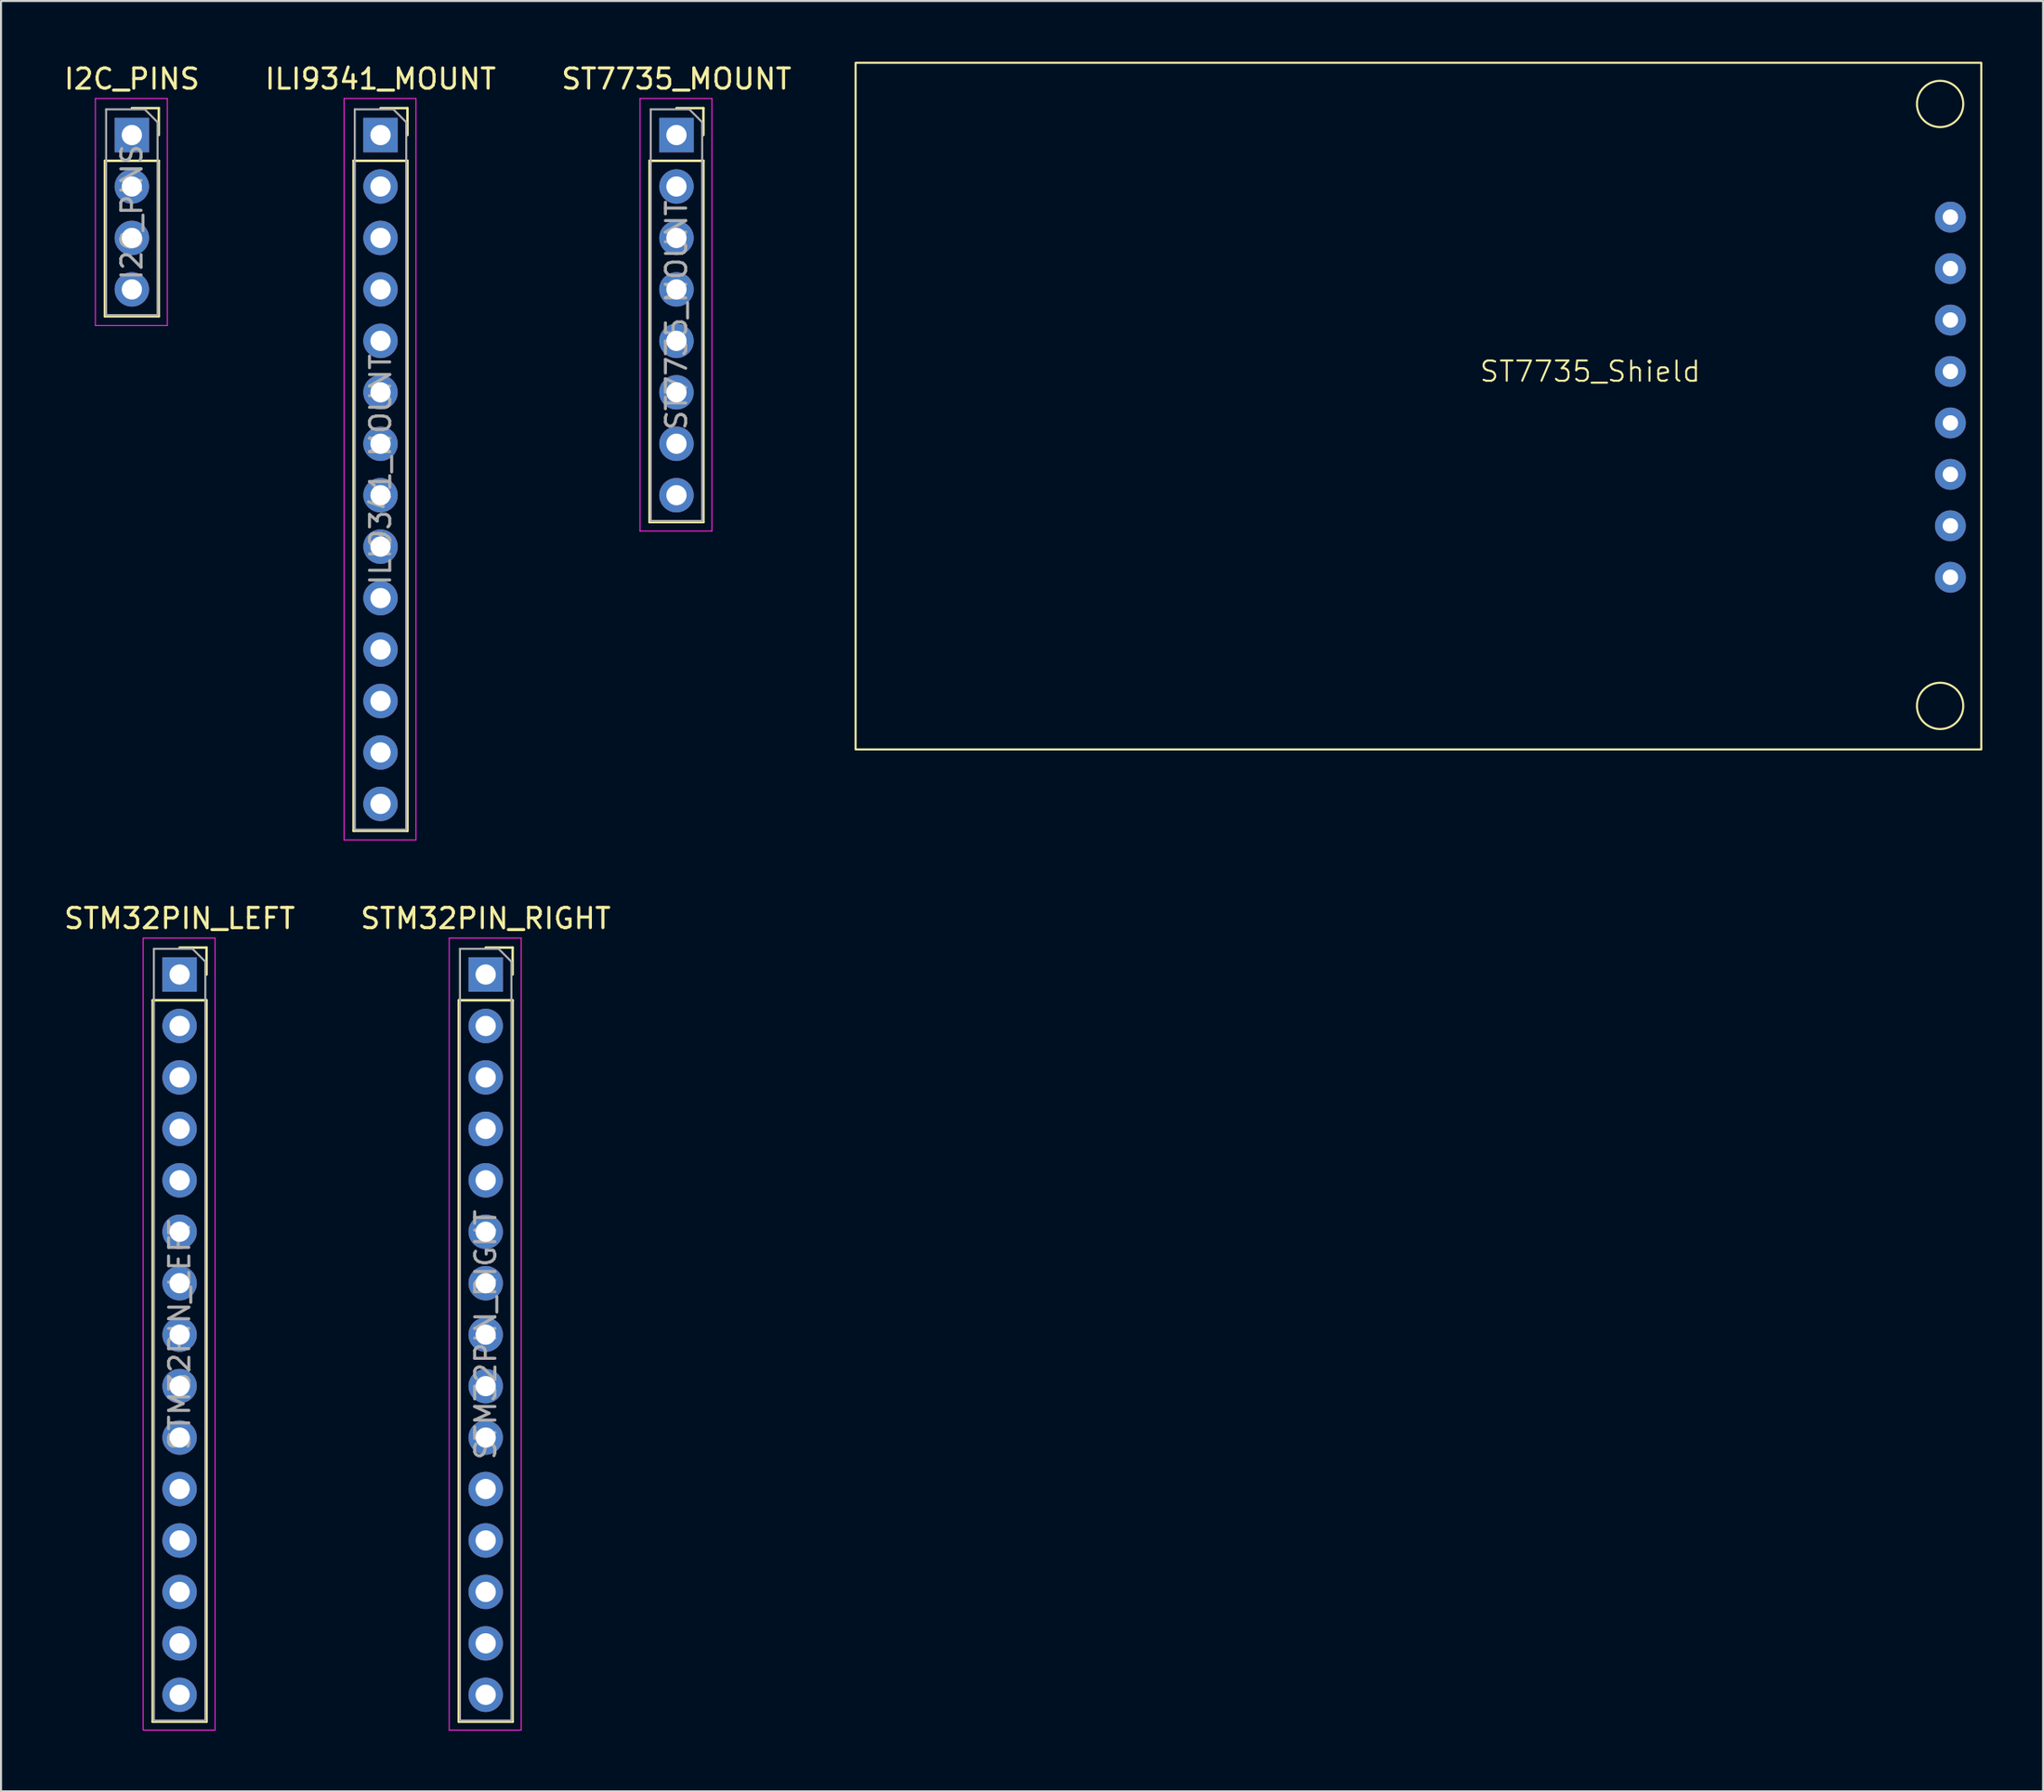
<source format=kicad_pcb>
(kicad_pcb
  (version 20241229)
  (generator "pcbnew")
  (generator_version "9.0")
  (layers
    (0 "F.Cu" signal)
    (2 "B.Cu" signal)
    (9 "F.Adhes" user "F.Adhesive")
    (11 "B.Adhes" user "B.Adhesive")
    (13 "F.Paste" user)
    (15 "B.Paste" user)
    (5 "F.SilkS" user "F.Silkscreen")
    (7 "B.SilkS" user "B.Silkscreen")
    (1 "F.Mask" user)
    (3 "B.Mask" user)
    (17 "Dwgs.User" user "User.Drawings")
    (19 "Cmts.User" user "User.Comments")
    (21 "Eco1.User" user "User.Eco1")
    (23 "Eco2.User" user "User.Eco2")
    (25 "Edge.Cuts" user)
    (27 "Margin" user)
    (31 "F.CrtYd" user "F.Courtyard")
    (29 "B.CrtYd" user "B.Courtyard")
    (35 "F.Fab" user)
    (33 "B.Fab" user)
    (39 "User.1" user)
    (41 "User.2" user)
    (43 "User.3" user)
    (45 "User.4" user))
  (footprint "I2C_PINS"
    (layer "F.Cu")
    (at 3.458 3.618)
    (property "Reference" "I2C_PINS" (at 0 -2.77 0) (layer "F.SilkS") (effects (font (size 1 1) (thickness 0.15))))
    (attr through_hole)
    (fp_line (start -1.33 1.27) (end -1.33 8.95) (stroke (width 0.12) (type solid)) (layer "F.SilkS"))
    (fp_line (start -1.33 1.27) (end 1.33 1.27) (stroke (width 0.12) (type solid)) (layer "F.SilkS"))
    (fp_line (start -1.33 8.95) (end 1.33 8.95) (stroke (width 0.12) (type solid)) (layer "F.SilkS"))
    (fp_line (start 0 -1.33) (end 1.33 -1.33) (stroke (width 0.12) (type solid)) (layer "F.SilkS"))
    (fp_line (start 1.33 -1.33) (end 1.33 0) (stroke (width 0.12) (type solid)) (layer "F.SilkS"))
    (fp_line (start 1.33 1.27) (end 1.33 8.95) (stroke (width 0.12) (type solid)) (layer "F.SilkS"))
    (fp_line (start -1.8 -1.8) (end 1.75 -1.8) (stroke (width 0.05) (type solid)) (layer "F.CrtYd"))
    (fp_line (start -1.8 9.4) (end -1.8 -1.8) (stroke (width 0.05) (type solid)) (layer "F.CrtYd"))
    (fp_line (start 1.75 -1.8) (end 1.75 9.4) (stroke (width 0.05) (type solid)) (layer "F.CrtYd"))
    (fp_line (start 1.75 9.4) (end -1.8 9.4) (stroke (width 0.05) (type solid)) (layer "F.CrtYd"))
    (fp_line (start -1.27 -1.27) (end 0.635 -1.27) (stroke (width 0.1) (type solid)) (layer "F.Fab"))
    (fp_line (start -1.27 8.89) (end -1.27 -1.27) (stroke (width 0.1) (type solid)) (layer "F.Fab"))
    (fp_line (start 0.635 -1.27) (end 1.27 -0.635) (stroke (width 0.1) (type solid)) (layer "F.Fab"))
    (fp_line (start 1.27 -0.635) (end 1.27 8.89) (stroke (width 0.1) (type solid)) (layer "F.Fab"))
    (fp_line (start 1.27 8.89) (end -1.27 8.89) (stroke (width 0.1) (type solid)) (layer "F.Fab"))
    (fp_text user "${REFERENCE}" (at 0 3.81 90) (layer "F.Fab") (effects (font (size 1 1) (thickness 0.15))))
    (pad "GND" thru_hole rect (at 0 0 90) (size 1.7 1.7) (drill 1) (layers "*.Cu" "*.Mask"))
    (pad "SCK" thru_hole oval (at 0 5.08) (size 1.7 1.7) (drill 1) (layers "*.Cu" "*.Mask"))
    (pad "SDA" thru_hole oval (at 0 7.62) (size 1.7 1.7) (drill 1) (layers "*.Cu" "*.Mask"))
    (pad "VCC" thru_hole oval (at 0 2.54) (size 1.7 1.7) (drill 1) (layers "*.Cu" "*.Mask")))
  (footprint "STM32PIN_RIGHT"
    (layer "F.Cu")
    (at 20.923 45.062)
    (property "Reference" "STM32PIN_RIGHT" (at 0 -2.77 0) (layer "F.SilkS") (effects (font (size 1 1) (thickness 0.15))))
    (attr through_hole)
    (fp_line (start -1.33 1.27) (end -1.33 36.89) (stroke (width 0.12) (type solid)) (layer "F.SilkS"))
    (fp_line (start -1.33 1.27) (end 1.33 1.27) (stroke (width 0.12) (type solid)) (layer "F.SilkS"))
    (fp_line (start -1.33 36.89) (end 1.33 36.89) (stroke (width 0.12) (type solid)) (layer "F.SilkS"))
    (fp_line (start 0 -1.33) (end 1.33 -1.33) (stroke (width 0.12) (type solid)) (layer "F.SilkS"))
    (fp_line (start 1.33 -1.33) (end 1.33 0) (stroke (width 0.12) (type solid)) (layer "F.SilkS"))
    (fp_line (start 1.33 1.27) (end 1.33 36.89) (stroke (width 0.12) (type solid)) (layer "F.SilkS"))
    (fp_line (start -1.8 -1.8) (end 1.75 -1.8) (stroke (width 0.05) (type solid)) (layer "F.CrtYd"))
    (fp_line (start -1.8 37.3) (end -1.8 -1.8) (stroke (width 0.05) (type solid)) (layer "F.CrtYd"))
    (fp_line (start 1.75 -1.8) (end 1.75 37.3) (stroke (width 0.05) (type solid)) (layer "F.CrtYd"))
    (fp_line (start 1.75 37.3) (end -1.8 37.3) (stroke (width 0.05) (type solid)) (layer "F.CrtYd"))
    (fp_line (start -1.27 -1.27) (end 0.635 -1.27) (stroke (width 0.1) (type solid)) (layer "F.Fab"))
    (fp_line (start -1.27 36.83) (end -1.27 -1.27) (stroke (width 0.1) (type solid)) (layer "F.Fab"))
    (fp_line (start 0.635 -1.27) (end 1.27 -0.635) (stroke (width 0.1) (type solid)) (layer "F.Fab"))
    (fp_line (start 1.27 -0.635) (end 1.27 36.83) (stroke (width 0.1) (type solid)) (layer "F.Fab"))
    (fp_line (start 1.27 36.83) (end -1.27 36.83) (stroke (width 0.1) (type solid)) (layer "F.Fab"))
    (fp_text user "${REFERENCE}" (at 0 17.78 90) (layer "F.Fab") (effects (font (size 1 1) (thickness 0.15))))
    (pad "3V3" thru_hole oval (at 0 33.02) (size 1.7 1.7) (drill 1) (layers "*.Cu" "*.Mask"))
    (pad "5V" thru_hole oval (at 0 7.62) (size 1.7 1.7) (drill 1) (layers "*.Cu" "*.Mask"))
    (pad "AREF" thru_hole oval (at 0 30.48) (size 1.7 1.7) (drill 1) (layers "*.Cu" "*.Mask"))
    (pad "GND" thru_hole oval (at 0 2.54) (size 1.7 1.7) (drill 1) (layers "*.Cu" "*.Mask"))
    (pad "NRST" thru_hole oval (at 0 5.08) (size 1.7 1.7) (drill 1) (layers "*.Cu" "*.Mask"))
    (pad "PA0" thru_hole oval (at 0 27.94) (size 1.7 1.7) (drill 1) (layers "*.Cu" "*.Mask"))
    (pad "PA1" thru_hole oval (at 0 25.4) (size 1.7 1.7) (drill 1) (layers "*.Cu" "*.Mask"))
    (pad "PA2" thru_hole oval (at 0 10.16) (size 1.7 1.7) (drill 1) (layers "*.Cu" "*.Mask"))
    (pad "PA3" thru_hole oval (at 0 22.86) (size 1.7 1.7) (drill 1) (layers "*.Cu" "*.Mask"))
    (pad "PA4" thru_hole oval (at 0 20.32) (size 1.7 1.7) (drill 1) (layers "*.Cu" "*.Mask"))
    (pad "PA5" thru_hole oval (at 0 17.78) (size 1.7 1.7) (drill 1) (layers "*.Cu" "*.Mask"))
    (pad "PA6" thru_hole oval (at 0 15.24) (size 1.7 1.7) (drill 1) (layers "*.Cu" "*.Mask"))
    (pad "PA7" thru_hole oval (at 0 12.7) (size 1.7 1.7) (drill 1) (layers "*.Cu" "*.Mask"))
    (pad "PB3" thru_hole oval (at 0 35.56 90) (size 1.7 1.7) (drill 1) (layers "*.Cu" "*.Mask"))
    (pad "VIN" thru_hole rect (at 0 0) (size 1.7 1.7) (drill 1) (layers "*.Cu" "*.Mask")))
  (footprint "STM32PIN_LEFT"
    (layer "F.Cu")
    (at 5.815 45.062)
    (property "Reference" "STM32PIN_LEFT" (at 0 -2.77 0) (layer "F.SilkS") (effects (font (size 1 1) (thickness 0.15))))
    (attr through_hole)
    (fp_line (start -1.33 1.27) (end -1.33 36.89) (stroke (width 0.12) (type solid)) (layer "F.SilkS"))
    (fp_line (start -1.33 1.27) (end 1.33 1.27) (stroke (width 0.12) (type solid)) (layer "F.SilkS"))
    (fp_line (start -1.33 36.89) (end 1.33 36.89) (stroke (width 0.12) (type solid)) (layer "F.SilkS"))
    (fp_line (start 0 -1.33) (end 1.33 -1.33) (stroke (width 0.12) (type solid)) (layer "F.SilkS"))
    (fp_line (start 1.33 -1.33) (end 1.33 0) (stroke (width 0.12) (type solid)) (layer "F.SilkS"))
    (fp_line (start 1.33 1.27) (end 1.33 36.89) (stroke (width 0.12) (type solid)) (layer "F.SilkS"))
    (fp_line (start -1.8 -1.8) (end 1.75 -1.8) (stroke (width 0.05) (type solid)) (layer "F.CrtYd"))
    (fp_line (start -1.8 37.3) (end -1.8 -1.8) (stroke (width 0.05) (type solid)) (layer "F.CrtYd"))
    (fp_line (start 1.75 -1.8) (end 1.75 37.3) (stroke (width 0.05) (type solid)) (layer "F.CrtYd"))
    (fp_line (start 1.75 37.3) (end -1.8 37.3) (stroke (width 0.05) (type solid)) (layer "F.CrtYd"))
    (fp_line (start -1.27 -1.27) (end 0.635 -1.27) (stroke (width 0.1) (type solid)) (layer "F.Fab"))
    (fp_line (start -1.27 36.83) (end -1.27 -1.27) (stroke (width 0.1) (type solid)) (layer "F.Fab"))
    (fp_line (start 0.635 -1.27) (end 1.27 -0.635) (stroke (width 0.1) (type solid)) (layer "F.Fab"))
    (fp_line (start 1.27 -0.635) (end 1.27 36.83) (stroke (width 0.1) (type solid)) (layer "F.Fab"))
    (fp_line (start 1.27 36.83) (end -1.27 36.83) (stroke (width 0.1) (type solid)) (layer "F.Fab"))
    (fp_text user "${REFERENCE}" (at 0 17.78 90) (layer "F.Fab") (effects (font (size 1 1) (thickness 0.15))))
    (pad "GND" thru_hole oval (at 0 7.62) (size 1.7 1.7) (drill 1) (layers "*.Cu" "*.Mask"))
    (pad "NC1" thru_hole oval (at 0 22.86) (size 1.7 1.7) (drill 1) (layers "*.Cu" "*.Mask"))
    (pad "NC2" thru_hole oval (at 0 25.4) (size 1.7 1.7) (drill 1) (layers "*.Cu" "*.Mask"))
    (pad "NRST" thru_hole oval (at 0 5.08) (size 1.7 1.7) (drill 1) (layers "*.Cu" "*.Mask"))
    (pad "PA8" thru_hole oval (at 0 27.94) (size 1.7 1.7) (drill 1) (layers "*.Cu" "*.Mask"))
    (pad "PA9" thru_hole rect (at 0 0 90) (size 1.7 1.7) (drill 1) (layers "*.Cu" "*.Mask"))
    (pad "PA10" thru_hole oval (at 0 2.54) (size 1.7 1.7) (drill 1) (layers "*.Cu" "*.Mask"))
    (pad "PA11" thru_hole oval (at 0 30.48) (size 1.7 1.7) (drill 1) (layers "*.Cu" "*.Mask"))
    (pad "PA12" thru_hole oval (at 0 10.16) (size 1.7 1.7) (drill 1) (layers "*.Cu" "*.Mask"))
    (pad "PB0" thru_hole oval (at 0 12.7) (size 1.7 1.7) (drill 1) (layers "*.Cu" "*.Mask"))
    (pad "PB1" thru_hole oval (at 0 20.32) (size 1.7 1.7) (drill 1) (layers "*.Cu" "*.Mask"))
    (pad "PB4" thru_hole oval (at 0 35.56 90) (size 1.7 1.7) (drill 1) (layers "*.Cu" "*.Mask"))
    (pad "PB5" thru_hole oval (at 0 33.02) (size 1.7 1.7) (drill 1) (layers "*.Cu" "*.Mask"))
    (pad "PB6" thru_hole oval (at 0 17.78) (size 1.7 1.7) (drill 1) (layers "*.Cu" "*.Mask"))
    (pad "PB7" thru_hole oval (at 0 15.24) (size 1.7 1.7) (drill 1) (layers "*.Cu" "*.Mask")))
  (footprint "ST7735_Shield"
    (layer "F.Cu")
    (at 75.439 15.29)
    (property "Reference" "ST7735_Shield" (at 0 0 0) (unlocked yes) (layer "F.SilkS") (effects (font (size 1 1) (thickness 0.1))))
    (attr through_hole)
    (fp_rect (start -36.258 -15.24) (end 19.304 18.659) (stroke (width 0.1) (type default)) (fill no) (layer "F.SilkS"))
    (fp_circle (center 17.272 -13.208) (end 18.415 -13.208) (stroke (width 0.1) (type default)) (fill no) (layer "F.SilkS"))
    (fp_circle (center 17.272 16.51) (end 18.415 16.51) (stroke (width 0.1) (type default)) (fill no) (layer "F.SilkS"))
    (pad "1" thru_hole circle (at 17.78 -7.62 180) (size 1.524 1.524) (drill 0.762) (layers "*.Cu" "*.Mask"))
    (pad "2" thru_hole circle (at 17.78 -5.08) (size 1.524 1.524) (drill 0.762) (layers "*.Cu" "*.Mask"))
    (pad "3" thru_hole circle (at 17.78 -2.54) (size 1.524 1.524) (drill 0.762) (layers "*.Cu" "*.Mask"))
    (pad "4" thru_hole circle (at 17.78 0) (size 1.524 1.524) (drill 0.762) (layers "*.Cu" "*.Mask"))
    (pad "5" thru_hole circle (at 17.78 2.54) (size 1.524 1.524) (drill 0.762) (layers "*.Cu" "*.Mask"))
    (pad "6" thru_hole circle (at 17.78 5.08 90) (size 1.524 1.524) (drill 0.762) (layers "*.Cu" "*.Mask"))
    (pad "7" thru_hole circle (at 17.78 7.62) (size 1.524 1.524) (drill 0.762) (layers "*.Cu" "*.Mask"))
    (pad "8" thru_hole circle (at 17.78 10.16) (size 1.524 1.524) (drill 0.762) (layers "*.Cu" "*.Mask")))
  (footprint "ST7735_MOUNT"
    (layer "F.Cu")
    (at 30.339 3.618)
    (property "Reference" "ST7735_MOUNT" (at 0 -2.77 0) (layer "F.SilkS") (effects (font (size 1 1) (thickness 0.15))))
    (attr through_hole)
    (fp_line (start -1.33 1.27) (end -1.33 19.11) (stroke (width 0.12) (type solid)) (layer "F.SilkS"))
    (fp_line (start -1.33 1.27) (end 1.33 1.27) (stroke (width 0.12) (type solid)) (layer "F.SilkS"))
    (fp_line (start -1.33 19.11) (end 1.33 19.11) (stroke (width 0.12) (type solid)) (layer "F.SilkS"))
    (fp_line (start 0 -1.33) (end 1.33 -1.33) (stroke (width 0.12) (type solid)) (layer "F.SilkS"))
    (fp_line (start 1.33 -1.33) (end 1.33 0) (stroke (width 0.12) (type solid)) (layer "F.SilkS"))
    (fp_line (start 1.33 1.27) (end 1.33 19.11) (stroke (width 0.12) (type solid)) (layer "F.SilkS"))
    (fp_line (start -1.8 -1.8) (end 1.75 -1.8) (stroke (width 0.05) (type solid)) (layer "F.CrtYd"))
    (fp_line (start -1.8 19.55) (end -1.8 -1.8) (stroke (width 0.05) (type solid)) (layer "F.CrtYd"))
    (fp_line (start 1.75 -1.8) (end 1.75 19.55) (stroke (width 0.05) (type solid)) (layer "F.CrtYd"))
    (fp_line (start 1.75 19.55) (end -1.8 19.55) (stroke (width 0.05) (type solid)) (layer "F.CrtYd"))
    (fp_line (start -1.27 -1.27) (end 0.635 -1.27) (stroke (width 0.1) (type solid)) (layer "F.Fab"))
    (fp_line (start -1.27 19.05) (end -1.27 -1.27) (stroke (width 0.1) (type solid)) (layer "F.Fab"))
    (fp_line (start 0.635 -1.27) (end 1.27 -0.635) (stroke (width 0.1) (type solid)) (layer "F.Fab"))
    (fp_line (start 1.27 -0.635) (end 1.27 19.05) (stroke (width 0.1) (type solid)) (layer "F.Fab"))
    (fp_line (start 1.27 19.05) (end -1.27 19.05) (stroke (width 0.1) (type solid)) (layer "F.Fab"))
    (fp_text user "${REFERENCE}" (at 0 8.89 90) (layer "F.Fab") (effects (font (size 1 1) (thickness 0.15))))
    (pad "CS" thru_hole oval (at 0 15.24) (size 1.7 1.7) (drill 1) (layers "*.Cu" "*.Mask"))
    (pad "GND" thru_hole rect (at 0 0) (size 1.7 1.7) (drill 1) (layers "*.Cu" "*.Mask"))
    (pad "LEDA" thru_hole oval (at 0 17.78) (size 1.7 1.7) (drill 1) (layers "*.Cu" "*.Mask"))
    (pad "RES" thru_hole oval (at 0 10.16) (size 1.7 1.7) (drill 1) (layers "*.Cu" "*.Mask"))
    (pad "RS_DC" thru_hole oval (at 0 12.7) (size 1.7 1.7) (drill 1) (layers "*.Cu" "*.Mask"))
    (pad "SCK" thru_hole oval (at 0 5.08) (size 1.7 1.7) (drill 1) (layers "*.Cu" "*.Mask"))
    (pad "SDA" thru_hole oval (at 0 7.62) (size 1.7 1.7) (drill 1) (layers "*.Cu" "*.Mask"))
    (pad "VCC" thru_hole oval (at 0 2.54) (size 1.7 1.7) (drill 1) (layers "*.Cu" "*.Mask")))
  (footprint "ILI9341_MOUNT"
    (layer "F.Cu")
    (at 15.732 3.618)
    (property "Reference" "ILI9341_MOUNT" (at 0 -2.77 0) (layer "F.SilkS") (effects (font (size 1 1) (thickness 0.15))))
    (attr through_hole)
    (fp_line (start -1.33 1.27) (end -1.33 34.35) (stroke (width 0.12) (type solid)) (layer "F.SilkS"))
    (fp_line (start -1.33 1.27) (end 1.33 1.27) (stroke (width 0.12) (type solid)) (layer "F.SilkS"))
    (fp_line (start -1.33 34.35) (end 1.33 34.35) (stroke (width 0.12) (type solid)) (layer "F.SilkS"))
    (fp_line (start 0 -1.33) (end 1.33 -1.33) (stroke (width 0.12) (type solid)) (layer "F.SilkS"))
    (fp_line (start 1.33 -1.33) (end 1.33 0) (stroke (width 0.12) (type solid)) (layer "F.SilkS"))
    (fp_line (start 1.33 1.27) (end 1.33 34.35) (stroke (width 0.12) (type solid)) (layer "F.SilkS"))
    (fp_line (start -1.8 -1.8) (end 1.75 -1.8) (stroke (width 0.05) (type solid)) (layer "F.CrtYd"))
    (fp_line (start -1.8 34.8) (end -1.8 -1.8) (stroke (width 0.05) (type solid)) (layer "F.CrtYd"))
    (fp_line (start 1.75 -1.8) (end 1.75 34.8) (stroke (width 0.05) (type solid)) (layer "F.CrtYd"))
    (fp_line (start 1.75 34.8) (end -1.8 34.8) (stroke (width 0.05) (type solid)) (layer "F.CrtYd"))
    (fp_line (start -1.27 -1.27) (end 0.635 -1.27) (stroke (width 0.1) (type solid)) (layer "F.Fab"))
    (fp_line (start -1.27 34.29) (end -1.27 -1.27) (stroke (width 0.1) (type solid)) (layer "F.Fab"))
    (fp_line (start 0.635 -1.27) (end 1.27 -0.635) (stroke (width 0.1) (type solid)) (layer "F.Fab"))
    (fp_line (start 1.27 -0.635) (end 1.27 34.29) (stroke (width 0.1) (type solid)) (layer "F.Fab"))
    (fp_line (start 1.27 34.29) (end -1.27 34.29) (stroke (width 0.1) (type solid)) (layer "F.Fab"))
    (fp_text user "${REFERENCE}" (at 0 16.51 90) (layer "F.Fab") (effects (font (size 1 1) (thickness 0.15))))
    (pad "CS" thru_hole oval (at 0 5.08) (size 1.7 1.7) (drill 1) (layers "*.Cu" "*.Mask"))
    (pad "DC" thru_hole oval (at 0 10.16) (size 1.7 1.7) (drill 1) (layers "*.Cu" "*.Mask"))
    (pad "GND" thru_hole oval (at 0 2.54) (size 1.7 1.7) (drill 1) (layers "*.Cu" "*.Mask"))
    (pad "LED" thru_hole oval (at 0 17.78) (size 1.7 1.7) (drill 1) (layers "*.Cu" "*.Mask"))
    (pad "MISO" thru_hole oval (at 0 20.32) (size 1.7 1.7) (drill 1) (layers "*.Cu" "*.Mask"))
    (pad "MOSI" thru_hole oval (at 0 12.7 90) (size 1.7 1.7) (drill 1) (layers "*.Cu" "*.Mask"))
    (pad "RESET" thru_hole oval (at 0 7.62) (size 1.7 1.7) (drill 1) (layers "*.Cu" "*.Mask"))
    (pad "SCK" thru_hole oval (at 0 15.24) (size 1.7 1.7) (drill 1) (layers "*.Cu" "*.Mask"))
    (pad "T_CLK" thru_hole oval (at 0 22.86) (size 1.7 1.7) (drill 1) (layers "*.Cu" "*.Mask"))
    (pad "T_CS" thru_hole oval (at 0 25.4) (size 1.7 1.7) (drill 1) (layers "*.Cu" "*.Mask"))
    (pad "T_DIN" thru_hole oval (at 0 27.94) (size 1.7 1.7) (drill 1) (layers "*.Cu" "*.Mask"))
    (pad "T_DO" thru_hole oval (at 0 30.48) (size 1.7 1.7) (drill 1) (layers "*.Cu" "*.Mask"))
    (pad "T_IRQ" thru_hole oval (at 0 33.02) (size 1.7 1.7) (drill 1) (layers "*.Cu" "*.Mask"))
    (pad "VCC" thru_hole rect (at 0 0) (size 1.7 1.7) (drill 1) (layers "*.Cu" "*.Mask")))
  (gr_rect
    (start -3 -3)
    (end 97.793 85.386)
    (stroke (width 0.1) (type default))
    (fill no)
    (layer "Edge.Cuts")))
</source>
